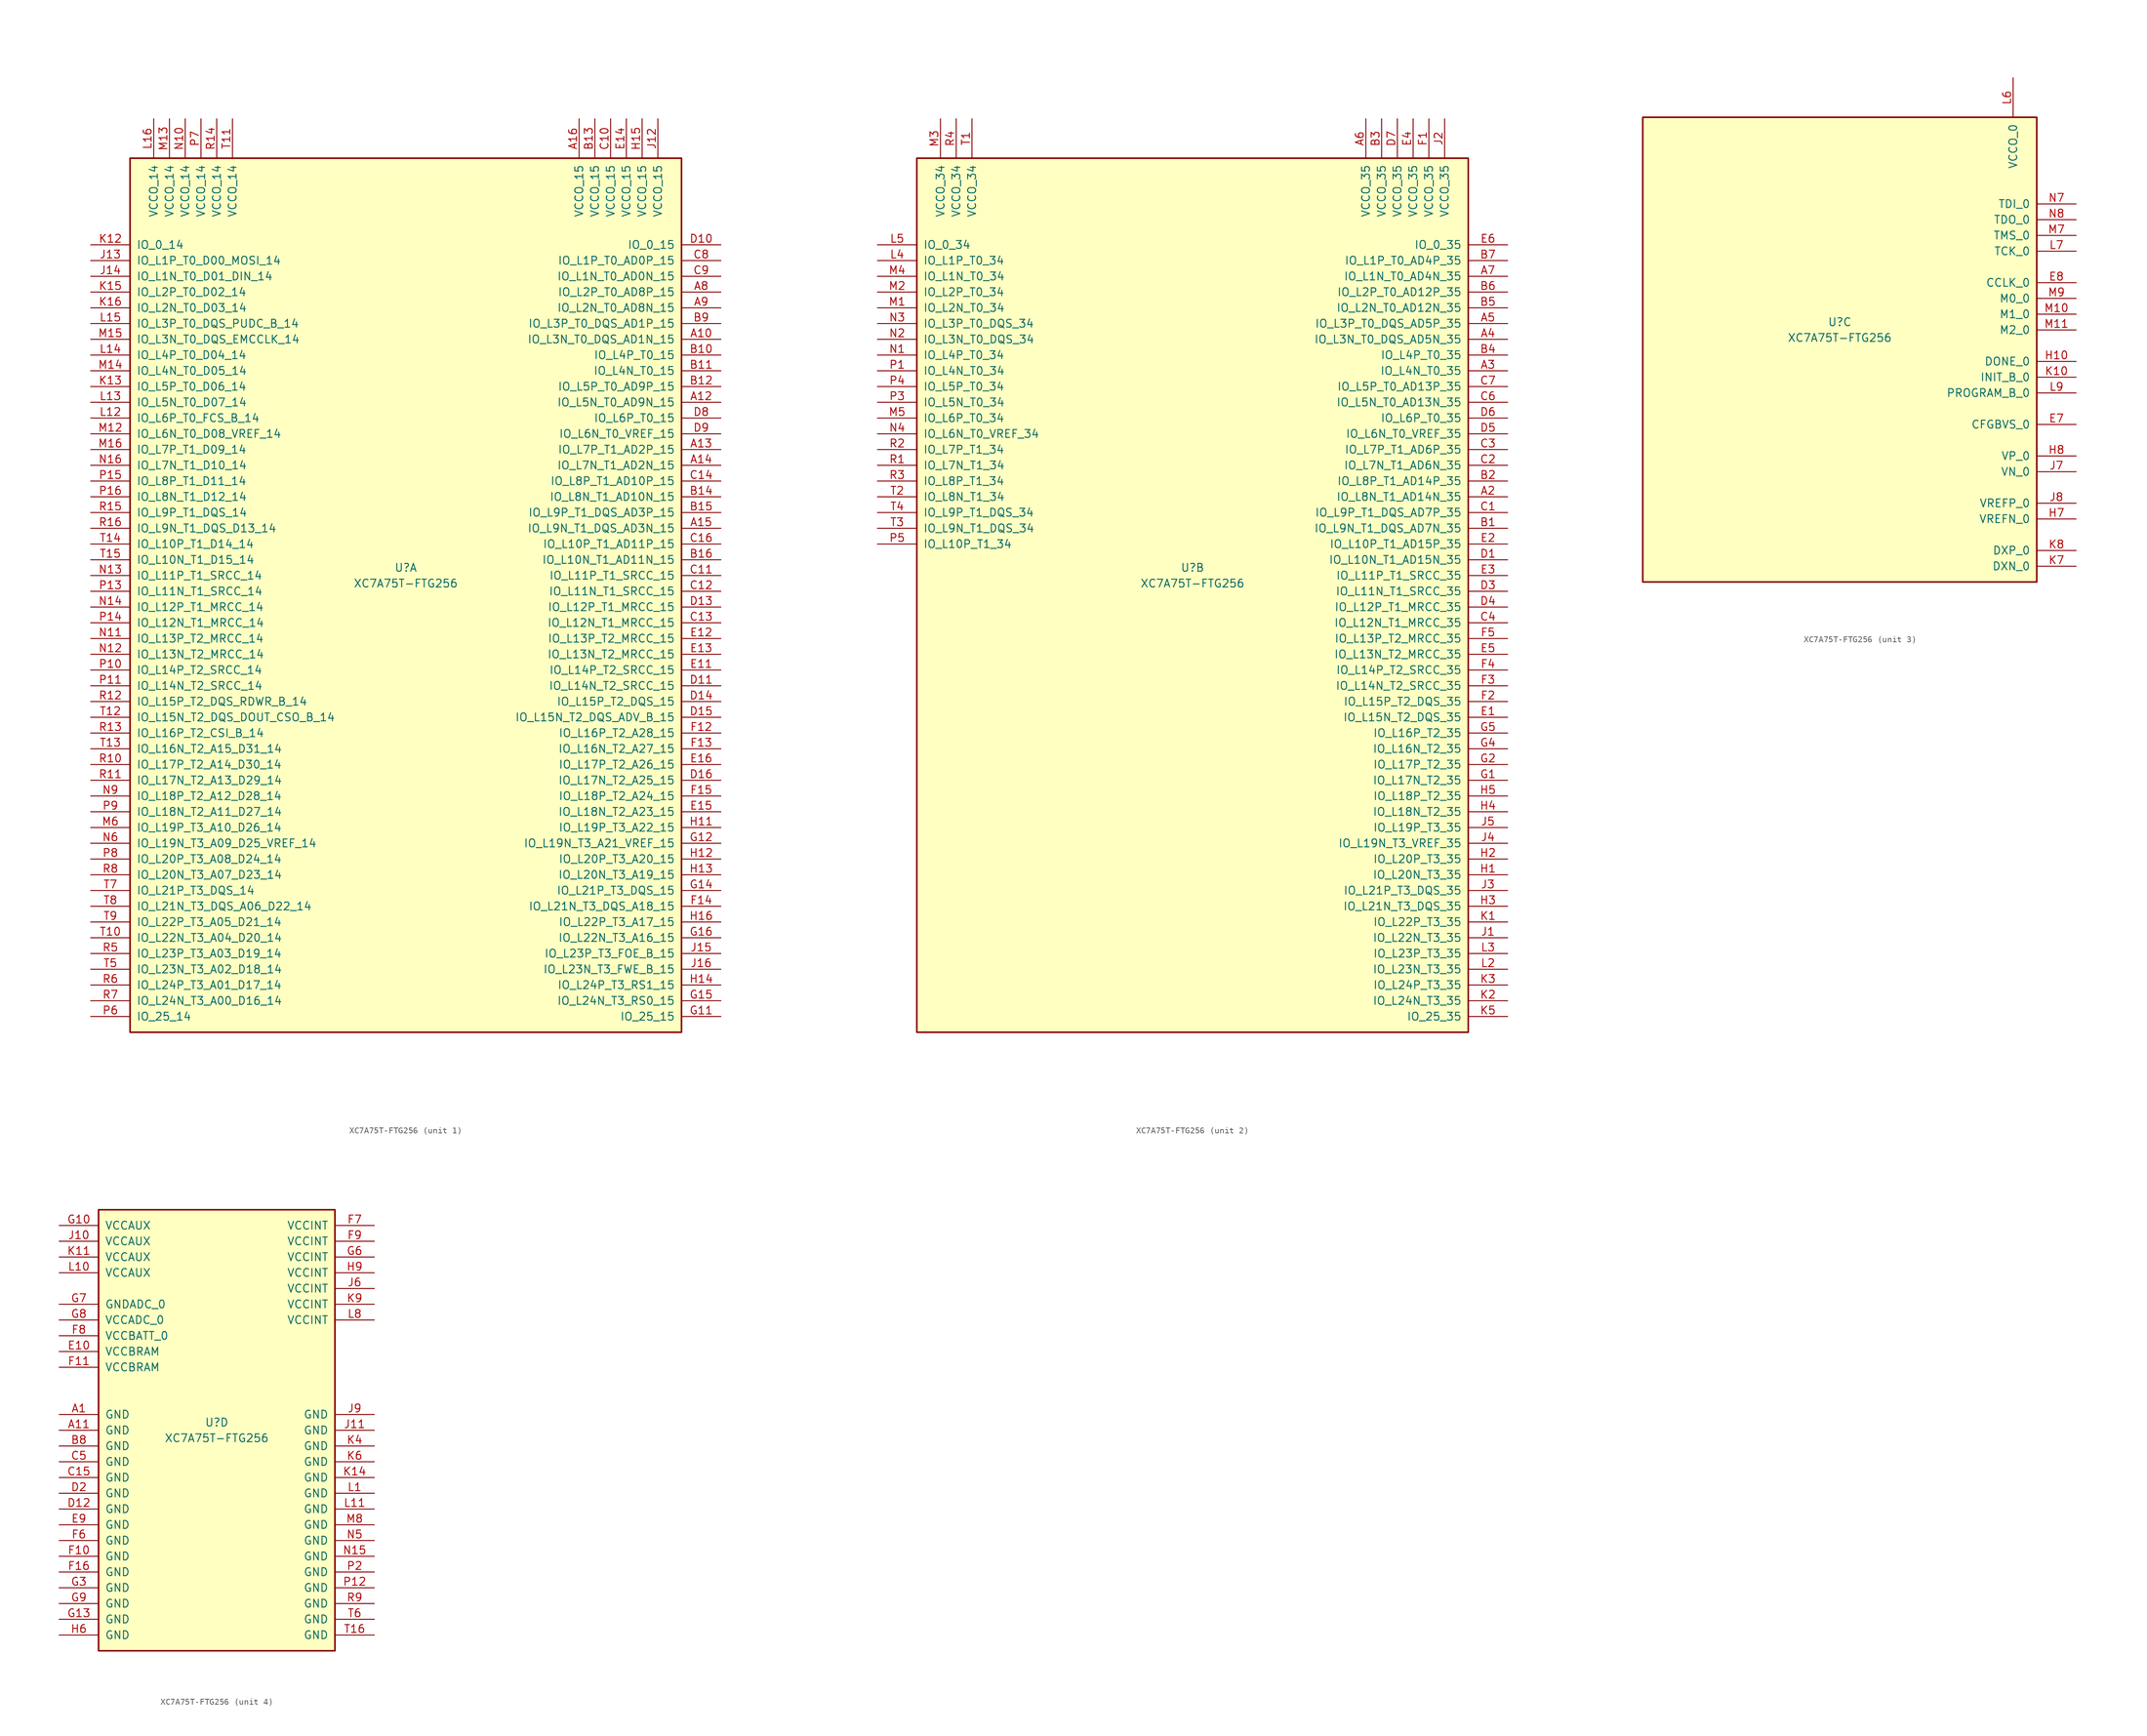
<source format=kicad_sym>
(kicad_symbol_lib
  (version 20241209)
  (generator "kicad_symbol_editor")
  (generator_version "9.0")
  (symbol "XC7A75T-FTG256"
    (pin_names
      (offset 1.016))
    (property "Reference" "U"
      (at 0 1.27 0)
      (effects (font (size 1.27 1.27))))
    (property "Value" "XC7A75T-FTG256"
      (at 0 -1.27 0)
      (effects (font (size 1.27 1.27))))
    (property "Datasheet" ""
      (at 0 0 0)
      (effects (font (size 1.27 1.27))))
    (property "ki_locked" ""
      (at 0 0 0)
      (effects (font (size 1.27 1.27))))
    (symbol "XC7A75T-FTG256_1_1"
      (rectangle (start -44.45 67.31) (end 44.45 -73.66) (stroke (width 0.254) (type default)) (fill (type background)))
      (pin bidirectional line (at -50.8 53.34 0) (length 6.35) (name "IO_0_14" (effects (font (size 1.27 1.27)))) (number "K12" (effects (font (size 1.27 1.27)))))
      (pin bidirectional line (at -50.8 50.8 0) (length 6.35) (name "IO_L1P_T0_D00_MOSI_14" (effects (font (size 1.27 1.27)))) (number "J13" (effects (font (size 1.27 1.27)))))
      (pin bidirectional line (at -50.8 48.26 0) (length 6.35) (name "IO_L1N_T0_D01_DIN_14" (effects (font (size 1.27 1.27)))) (number "J14" (effects (font (size 1.27 1.27)))))
      (pin bidirectional line (at -50.8 45.72 0) (length 6.35) (name "IO_L2P_T0_D02_14" (effects (font (size 1.27 1.27)))) (number "K15" (effects (font (size 1.27 1.27)))))
      (pin bidirectional line (at -50.8 43.18 0) (length 6.35) (name "IO_L2N_T0_D03_14" (effects (font (size 1.27 1.27)))) (number "K16" (effects (font (size 1.27 1.27)))))
      (pin bidirectional line (at -50.8 40.64 0) (length 6.35) (name "IO_L3P_T0_DQS_PUDC_B_14" (effects (font (size 1.27 1.27)))) (number "L15" (effects (font (size 1.27 1.27)))))
      (pin bidirectional line (at -50.8 38.1 0) (length 6.35) (name "IO_L3N_T0_DQS_EMCCLK_14" (effects (font (size 1.27 1.27)))) (number "M15" (effects (font (size 1.27 1.27)))))
      (pin bidirectional line (at -50.8 35.56 0) (length 6.35) (name "IO_L4P_T0_D04_14" (effects (font (size 1.27 1.27)))) (number "L14" (effects (font (size 1.27 1.27)))))
      (pin bidirectional line (at -50.8 33.02 0) (length 6.35) (name "IO_L4N_T0_D05_14" (effects (font (size 1.27 1.27)))) (number "M14" (effects (font (size 1.27 1.27)))))
      (pin bidirectional line (at -50.8 30.48 0) (length 6.35) (name "IO_L5P_T0_D06_14" (effects (font (size 1.27 1.27)))) (number "K13" (effects (font (size 1.27 1.27)))))
      (pin bidirectional line (at -50.8 27.94 0) (length 6.35) (name "IO_L5N_T0_D07_14" (effects (font (size 1.27 1.27)))) (number "L13" (effects (font (size 1.27 1.27)))))
      (pin bidirectional line (at -50.8 25.4 0) (length 6.35) (name "IO_L6P_T0_FCS_B_14" (effects (font (size 1.27 1.27)))) (number "L12" (effects (font (size 1.27 1.27)))))
      (pin bidirectional line (at -50.8 22.86 0) (length 6.35) (name "IO_L6N_T0_D08_VREF_14" (effects (font (size 1.27 1.27)))) (number "M12" (effects (font (size 1.27 1.27)))))
      (pin bidirectional line (at -50.8 20.32 0) (length 6.35) (name "IO_L7P_T1_D09_14" (effects (font (size 1.27 1.27)))) (number "M16" (effects (font (size 1.27 1.27)))))
      (pin bidirectional line (at -50.8 17.78 0) (length 6.35) (name "IO_L7N_T1_D10_14" (effects (font (size 1.27 1.27)))) (number "N16" (effects (font (size 1.27 1.27)))))
      (pin bidirectional line (at -50.8 15.24 0) (length 6.35) (name "IO_L8P_T1_D11_14" (effects (font (size 1.27 1.27)))) (number "P15" (effects (font (size 1.27 1.27)))))
      (pin bidirectional line (at -50.8 12.7 0) (length 6.35) (name "IO_L8N_T1_D12_14" (effects (font (size 1.27 1.27)))) (number "P16" (effects (font (size 1.27 1.27)))))
      (pin bidirectional line (at -50.8 10.16 0) (length 6.35) (name "IO_L9P_T1_DQS_14" (effects (font (size 1.27 1.27)))) (number "R15" (effects (font (size 1.27 1.27)))))
      (pin bidirectional line (at -50.8 7.62 0) (length 6.35) (name "IO_L9N_T1_DQS_D13_14" (effects (font (size 1.27 1.27)))) (number "R16" (effects (font (size 1.27 1.27)))))
      (pin bidirectional line (at -50.8 5.08 0) (length 6.35) (name "IO_L10P_T1_D14_14" (effects (font (size 1.27 1.27)))) (number "T14" (effects (font (size 1.27 1.27)))))
      (pin bidirectional line (at -50.8 2.54 0) (length 6.35) (name "IO_L10N_T1_D15_14" (effects (font (size 1.27 1.27)))) (number "T15" (effects (font (size 1.27 1.27)))))
      (pin bidirectional line (at -50.8 0 0) (length 6.35) (name "IO_L11P_T1_SRCC_14" (effects (font (size 1.27 1.27)))) (number "N13" (effects (font (size 1.27 1.27)))))
      (pin bidirectional line (at -50.8 -2.54 0) (length 6.35) (name "IO_L11N_T1_SRCC_14" (effects (font (size 1.27 1.27)))) (number "P13" (effects (font (size 1.27 1.27)))))
      (pin bidirectional line (at -50.8 -5.08 0) (length 6.35) (name "IO_L12P_T1_MRCC_14" (effects (font (size 1.27 1.27)))) (number "N14" (effects (font (size 1.27 1.27)))))
      (pin bidirectional line (at -50.8 -7.62 0) (length 6.35) (name "IO_L12N_T1_MRCC_14" (effects (font (size 1.27 1.27)))) (number "P14" (effects (font (size 1.27 1.27)))))
      (pin bidirectional line (at -50.8 -10.16 0) (length 6.35) (name "IO_L13P_T2_MRCC_14" (effects (font (size 1.27 1.27)))) (number "N11" (effects (font (size 1.27 1.27)))))
      (pin bidirectional line (at -50.8 -12.7 0) (length 6.35) (name "IO_L13N_T2_MRCC_14" (effects (font (size 1.27 1.27)))) (number "N12" (effects (font (size 1.27 1.27)))))
      (pin bidirectional line (at -50.8 -15.24 0) (length 6.35) (name "IO_L14P_T2_SRCC_14" (effects (font (size 1.27 1.27)))) (number "P10" (effects (font (size 1.27 1.27)))))
      (pin bidirectional line (at -50.8 -17.78 0) (length 6.35) (name "IO_L14N_T2_SRCC_14" (effects (font (size 1.27 1.27)))) (number "P11" (effects (font (size 1.27 1.27)))))
      (pin bidirectional line (at -50.8 -20.32 0) (length 6.35) (name "IO_L15P_T2_DQS_RDWR_B_14" (effects (font (size 1.27 1.27)))) (number "R12" (effects (font (size 1.27 1.27)))))
      (pin bidirectional line (at -50.8 -22.86 0) (length 6.35) (name "IO_L15N_T2_DQS_DOUT_CSO_B_14" (effects (font (size 1.27 1.27)))) (number "T12" (effects (font (size 1.27 1.27)))))
      (pin bidirectional line (at -50.8 -25.4 0) (length 6.35) (name "IO_L16P_T2_CSI_B_14" (effects (font (size 1.27 1.27)))) (number "R13" (effects (font (size 1.27 1.27)))))
      (pin bidirectional line (at -50.8 -27.94 0) (length 6.35) (name "IO_L16N_T2_A15_D31_14" (effects (font (size 1.27 1.27)))) (number "T13" (effects (font (size 1.27 1.27)))))
      (pin bidirectional line (at -50.8 -30.48 0) (length 6.35) (name "IO_L17P_T2_A14_D30_14" (effects (font (size 1.27 1.27)))) (number "R10" (effects (font (size 1.27 1.27)))))
      (pin bidirectional line (at -50.8 -33.02 0) (length 6.35) (name "IO_L17N_T2_A13_D29_14" (effects (font (size 1.27 1.27)))) (number "R11" (effects (font (size 1.27 1.27)))))
      (pin bidirectional line (at -50.8 -35.56 0) (length 6.35) (name "IO_L18P_T2_A12_D28_14" (effects (font (size 1.27 1.27)))) (number "N9" (effects (font (size 1.27 1.27)))))
      (pin bidirectional line (at -50.8 -38.1 0) (length 6.35) (name "IO_L18N_T2_A11_D27_14" (effects (font (size 1.27 1.27)))) (number "P9" (effects (font (size 1.27 1.27)))))
      (pin bidirectional line (at -50.8 -40.64 0) (length 6.35) (name "IO_L19P_T3_A10_D26_14" (effects (font (size 1.27 1.27)))) (number "M6" (effects (font (size 1.27 1.27)))))
      (pin bidirectional line (at -50.8 -43.18 0) (length 6.35) (name "IO_L19N_T3_A09_D25_VREF_14" (effects (font (size 1.27 1.27)))) (number "N6" (effects (font (size 1.27 1.27)))))
      (pin bidirectional line (at -50.8 -45.72 0) (length 6.35) (name "IO_L20P_T3_A08_D24_14" (effects (font (size 1.27 1.27)))) (number "P8" (effects (font (size 1.27 1.27)))))
      (pin bidirectional line (at -50.8 -48.26 0) (length 6.35) (name "IO_L20N_T3_A07_D23_14" (effects (font (size 1.27 1.27)))) (number "R8" (effects (font (size 1.27 1.27)))))
      (pin bidirectional line (at -50.8 -50.8 0) (length 6.35) (name "IO_L21P_T3_DQS_14" (effects (font (size 1.27 1.27)))) (number "T7" (effects (font (size 1.27 1.27)))))
      (pin bidirectional line (at -50.8 -53.34 0) (length 6.35) (name "IO_L21N_T3_DQS_A06_D22_14" (effects (font (size 1.27 1.27)))) (number "T8" (effects (font (size 1.27 1.27)))))
      (pin bidirectional line (at -50.8 -55.88 0) (length 6.35) (name "IO_L22P_T3_A05_D21_14" (effects (font (size 1.27 1.27)))) (number "T9" (effects (font (size 1.27 1.27)))))
      (pin bidirectional line (at -50.8 -58.42 0) (length 6.35) (name "IO_L22N_T3_A04_D20_14" (effects (font (size 1.27 1.27)))) (number "T10" (effects (font (size 1.27 1.27)))))
      (pin bidirectional line (at -50.8 -60.96 0) (length 6.35) (name "IO_L23P_T3_A03_D19_14" (effects (font (size 1.27 1.27)))) (number "R5" (effects (font (size 1.27 1.27)))))
      (pin bidirectional line (at -50.8 -63.5 0) (length 6.35) (name "IO_L23N_T3_A02_D18_14" (effects (font (size 1.27 1.27)))) (number "T5" (effects (font (size 1.27 1.27)))))
      (pin bidirectional line (at -50.8 -66.04 0) (length 6.35) (name "IO_L24P_T3_A01_D17_14" (effects (font (size 1.27 1.27)))) (number "R6" (effects (font (size 1.27 1.27)))))
      (pin bidirectional line (at -50.8 -68.58 0) (length 6.35) (name "IO_L24N_T3_A00_D16_14" (effects (font (size 1.27 1.27)))) (number "R7" (effects (font (size 1.27 1.27)))))
      (pin bidirectional line (at -50.8 -71.12 0) (length 6.35) (name "IO_25_14" (effects (font (size 1.27 1.27)))) (number "P6" (effects (font (size 1.27 1.27)))))
      (pin power_in line (at -40.64 73.66 270) (length 6.35) (name "VCCO_14" (effects (font (size 1.27 1.27)))) (number "L16" (effects (font (size 1.27 1.27)))))
      (pin power_in line (at -38.1 73.66 270) (length 6.35) (name "VCCO_14" (effects (font (size 1.27 1.27)))) (number "M13" (effects (font (size 1.27 1.27)))))
      (pin power_in line (at -35.56 73.66 270) (length 6.35) (name "VCCO_14" (effects (font (size 1.27 1.27)))) (number "N10" (effects (font (size 1.27 1.27)))))
      (pin power_in line (at -33.02 73.66 270) (length 6.35) (name "VCCO_14" (effects (font (size 1.27 1.27)))) (number "P7" (effects (font (size 1.27 1.27)))))
      (pin power_in line (at -30.48 73.66 270) (length 6.35) (name "VCCO_14" (effects (font (size 1.27 1.27)))) (number "R14" (effects (font (size 1.27 1.27)))))
      (pin power_in line (at -27.94 73.66 270) (length 6.35) (name "VCCO_14" (effects (font (size 1.27 1.27)))) (number "T11" (effects (font (size 1.27 1.27)))))
      (pin power_in line (at 27.94 73.66 270) (length 6.35) (name "VCCO_15" (effects (font (size 1.27 1.27)))) (number "A16" (effects (font (size 1.27 1.27)))))
      (pin power_in line (at 30.48 73.66 270) (length 6.35) (name "VCCO_15" (effects (font (size 1.27 1.27)))) (number "B13" (effects (font (size 1.27 1.27)))))
      (pin power_in line (at 33.02 73.66 270) (length 6.35) (name "VCCO_15" (effects (font (size 1.27 1.27)))) (number "C10" (effects (font (size 1.27 1.27)))))
      (pin power_in line (at 35.56 73.66 270) (length 6.35) (name "VCCO_15" (effects (font (size 1.27 1.27)))) (number "E14" (effects (font (size 1.27 1.27)))))
      (pin power_in line (at 38.1 73.66 270) (length 6.35) (name "VCCO_15" (effects (font (size 1.27 1.27)))) (number "H15" (effects (font (size 1.27 1.27)))))
      (pin power_in line (at 40.64 73.66 270) (length 6.35) (name "VCCO_15" (effects (font (size 1.27 1.27)))) (number "J12" (effects (font (size 1.27 1.27)))))
      (pin bidirectional line (at 50.8 53.34 180) (length 6.35) (name "IO_0_15" (effects (font (size 1.27 1.27)))) (number "D10" (effects (font (size 1.27 1.27)))))
      (pin bidirectional line (at 50.8 50.8 180) (length 6.35) (name "IO_L1P_T0_AD0P_15" (effects (font (size 1.27 1.27)))) (number "C8" (effects (font (size 1.27 1.27)))))
      (pin bidirectional line (at 50.8 48.26 180) (length 6.35) (name "IO_L1N_T0_AD0N_15" (effects (font (size 1.27 1.27)))) (number "C9" (effects (font (size 1.27 1.27)))))
      (pin bidirectional line (at 50.8 45.72 180) (length 6.35) (name "IO_L2P_T0_AD8P_15" (effects (font (size 1.27 1.27)))) (number "A8" (effects (font (size 1.27 1.27)))))
      (pin bidirectional line (at 50.8 43.18 180) (length 6.35) (name "IO_L2N_T0_AD8N_15" (effects (font (size 1.27 1.27)))) (number "A9" (effects (font (size 1.27 1.27)))))
      (pin bidirectional line (at 50.8 40.64 180) (length 6.35) (name "IO_L3P_T0_DQS_AD1P_15" (effects (font (size 1.27 1.27)))) (number "B9" (effects (font (size 1.27 1.27)))))
      (pin bidirectional line (at 50.8 38.1 180) (length 6.35) (name "IO_L3N_T0_DQS_AD1N_15" (effects (font (size 1.27 1.27)))) (number "A10" (effects (font (size 1.27 1.27)))))
      (pin bidirectional line (at 50.8 35.56 180) (length 6.35) (name "IO_L4P_T0_15" (effects (font (size 1.27 1.27)))) (number "B10" (effects (font (size 1.27 1.27)))))
      (pin bidirectional line (at 50.8 33.02 180) (length 6.35) (name "IO_L4N_T0_15" (effects (font (size 1.27 1.27)))) (number "B11" (effects (font (size 1.27 1.27)))))
      (pin bidirectional line (at 50.8 30.48 180) (length 6.35) (name "IO_L5P_T0_AD9P_15" (effects (font (size 1.27 1.27)))) (number "B12" (effects (font (size 1.27 1.27)))))
      (pin bidirectional line (at 50.8 27.94 180) (length 6.35) (name "IO_L5N_T0_AD9N_15" (effects (font (size 1.27 1.27)))) (number "A12" (effects (font (size 1.27 1.27)))))
      (pin bidirectional line (at 50.8 25.4 180) (length 6.35) (name "IO_L6P_T0_15" (effects (font (size 1.27 1.27)))) (number "D8" (effects (font (size 1.27 1.27)))))
      (pin bidirectional line (at 50.8 22.86 180) (length 6.35) (name "IO_L6N_T0_VREF_15" (effects (font (size 1.27 1.27)))) (number "D9" (effects (font (size 1.27 1.27)))))
      (pin bidirectional line (at 50.8 20.32 180) (length 6.35) (name "IO_L7P_T1_AD2P_15" (effects (font (size 1.27 1.27)))) (number "A13" (effects (font (size 1.27 1.27)))))
      (pin bidirectional line (at 50.8 17.78 180) (length 6.35) (name "IO_L7N_T1_AD2N_15" (effects (font (size 1.27 1.27)))) (number "A14" (effects (font (size 1.27 1.27)))))
      (pin bidirectional line (at 50.8 15.24 180) (length 6.35) (name "IO_L8P_T1_AD10P_15" (effects (font (size 1.27 1.27)))) (number "C14" (effects (font (size 1.27 1.27)))))
      (pin bidirectional line (at 50.8 12.7 180) (length 6.35) (name "IO_L8N_T1_AD10N_15" (effects (font (size 1.27 1.27)))) (number "B14" (effects (font (size 1.27 1.27)))))
      (pin bidirectional line (at 50.8 10.16 180) (length 6.35) (name "IO_L9P_T1_DQS_AD3P_15" (effects (font (size 1.27 1.27)))) (number "B15" (effects (font (size 1.27 1.27)))))
      (pin bidirectional line (at 50.8 7.62 180) (length 6.35) (name "IO_L9N_T1_DQS_AD3N_15" (effects (font (size 1.27 1.27)))) (number "A15" (effects (font (size 1.27 1.27)))))
      (pin bidirectional line (at 50.8 5.08 180) (length 6.35) (name "IO_L10P_T1_AD11P_15" (effects (font (size 1.27 1.27)))) (number "C16" (effects (font (size 1.27 1.27)))))
      (pin bidirectional line (at 50.8 2.54 180) (length 6.35) (name "IO_L10N_T1_AD11N_15" (effects (font (size 1.27 1.27)))) (number "B16" (effects (font (size 1.27 1.27)))))
      (pin bidirectional line (at 50.8 0 180) (length 6.35) (name "IO_L11P_T1_SRCC_15" (effects (font (size 1.27 1.27)))) (number "C11" (effects (font (size 1.27 1.27)))))
      (pin bidirectional line (at 50.8 -2.54 180) (length 6.35) (name "IO_L11N_T1_SRCC_15" (effects (font (size 1.27 1.27)))) (number "C12" (effects (font (size 1.27 1.27)))))
      (pin bidirectional line (at 50.8 -5.08 180) (length 6.35) (name "IO_L12P_T1_MRCC_15" (effects (font (size 1.27 1.27)))) (number "D13" (effects (font (size 1.27 1.27)))))
      (pin bidirectional line (at 50.8 -7.62 180) (length 6.35) (name "IO_L12N_T1_MRCC_15" (effects (font (size 1.27 1.27)))) (number "C13" (effects (font (size 1.27 1.27)))))
      (pin bidirectional line (at 50.8 -10.16 180) (length 6.35) (name "IO_L13P_T2_MRCC_15" (effects (font (size 1.27 1.27)))) (number "E12" (effects (font (size 1.27 1.27)))))
      (pin bidirectional line (at 50.8 -12.7 180) (length 6.35) (name "IO_L13N_T2_MRCC_15" (effects (font (size 1.27 1.27)))) (number "E13" (effects (font (size 1.27 1.27)))))
      (pin bidirectional line (at 50.8 -15.24 180) (length 6.35) (name "IO_L14P_T2_SRCC_15" (effects (font (size 1.27 1.27)))) (number "E11" (effects (font (size 1.27 1.27)))))
      (pin bidirectional line (at 50.8 -17.78 180) (length 6.35) (name "IO_L14N_T2_SRCC_15" (effects (font (size 1.27 1.27)))) (number "D11" (effects (font (size 1.27 1.27)))))
      (pin bidirectional line (at 50.8 -20.32 180) (length 6.35) (name "IO_L15P_T2_DQS_15" (effects (font (size 1.27 1.27)))) (number "D14" (effects (font (size 1.27 1.27)))))
      (pin bidirectional line (at 50.8 -22.86 180) (length 6.35) (name "IO_L15N_T2_DQS_ADV_B_15" (effects (font (size 1.27 1.27)))) (number "D15" (effects (font (size 1.27 1.27)))))
      (pin bidirectional line (at 50.8 -25.4 180) (length 6.35) (name "IO_L16P_T2_A28_15" (effects (font (size 1.27 1.27)))) (number "F12" (effects (font (size 1.27 1.27)))))
      (pin bidirectional line (at 50.8 -27.94 180) (length 6.35) (name "IO_L16N_T2_A27_15" (effects (font (size 1.27 1.27)))) (number "F13" (effects (font (size 1.27 1.27)))))
      (pin bidirectional line (at 50.8 -30.48 180) (length 6.35) (name "IO_L17P_T2_A26_15" (effects (font (size 1.27 1.27)))) (number "E16" (effects (font (size 1.27 1.27)))))
      (pin bidirectional line (at 50.8 -33.02 180) (length 6.35) (name "IO_L17N_T2_A25_15" (effects (font (size 1.27 1.27)))) (number "D16" (effects (font (size 1.27 1.27)))))
      (pin bidirectional line (at 50.8 -35.56 180) (length 6.35) (name "IO_L18P_T2_A24_15" (effects (font (size 1.27 1.27)))) (number "F15" (effects (font (size 1.27 1.27)))))
      (pin bidirectional line (at 50.8 -38.1 180) (length 6.35) (name "IO_L18N_T2_A23_15" (effects (font (size 1.27 1.27)))) (number "E15" (effects (font (size 1.27 1.27)))))
      (pin bidirectional line (at 50.8 -40.64 180) (length 6.35) (name "IO_L19P_T3_A22_15" (effects (font (size 1.27 1.27)))) (number "H11" (effects (font (size 1.27 1.27)))))
      (pin bidirectional line (at 50.8 -43.18 180) (length 6.35) (name "IO_L19N_T3_A21_VREF_15" (effects (font (size 1.27 1.27)))) (number "G12" (effects (font (size 1.27 1.27)))))
      (pin bidirectional line (at 50.8 -45.72 180) (length 6.35) (name "IO_L20P_T3_A20_15" (effects (font (size 1.27 1.27)))) (number "H12" (effects (font (size 1.27 1.27)))))
      (pin bidirectional line (at 50.8 -48.26 180) (length 6.35) (name "IO_L20N_T3_A19_15" (effects (font (size 1.27 1.27)))) (number "H13" (effects (font (size 1.27 1.27)))))
      (pin bidirectional line (at 50.8 -50.8 180) (length 6.35) (name "IO_L21P_T3_DQS_15" (effects (font (size 1.27 1.27)))) (number "G14" (effects (font (size 1.27 1.27)))))
      (pin bidirectional line (at 50.8 -53.34 180) (length 6.35) (name "IO_L21N_T3_DQS_A18_15" (effects (font (size 1.27 1.27)))) (number "F14" (effects (font (size 1.27 1.27)))))
      (pin bidirectional line (at 50.8 -55.88 180) (length 6.35) (name "IO_L22P_T3_A17_15" (effects (font (size 1.27 1.27)))) (number "H16" (effects (font (size 1.27 1.27)))))
      (pin bidirectional line (at 50.8 -58.42 180) (length 6.35) (name "IO_L22N_T3_A16_15" (effects (font (size 1.27 1.27)))) (number "G16" (effects (font (size 1.27 1.27)))))
      (pin bidirectional line (at 50.8 -60.96 180) (length 6.35) (name "IO_L23P_T3_FOE_B_15" (effects (font (size 1.27 1.27)))) (number "J15" (effects (font (size 1.27 1.27)))))
      (pin bidirectional line (at 50.8 -63.5 180) (length 6.35) (name "IO_L23N_T3_FWE_B_15" (effects (font (size 1.27 1.27)))) (number "J16" (effects (font (size 1.27 1.27)))))
      (pin bidirectional line (at 50.8 -66.04 180) (length 6.35) (name "IO_L24P_T3_RS1_15" (effects (font (size 1.27 1.27)))) (number "H14" (effects (font (size 1.27 1.27)))))
      (pin bidirectional line (at 50.8 -68.58 180) (length 6.35) (name "IO_L24N_T3_RS0_15" (effects (font (size 1.27 1.27)))) (number "G15" (effects (font (size 1.27 1.27)))))
      (pin bidirectional line (at 50.8 -71.12 180) (length 6.35) (name "IO_25_15" (effects (font (size 1.27 1.27)))) (number "G11" (effects (font (size 1.27 1.27))))))
    (symbol "XC7A75T-FTG256_2_1"
      (rectangle (start -44.45 67.31) (end 44.45 -73.66) (stroke (width 0.254) (type default)) (fill (type background)))
      (pin bidirectional line (at -50.8 53.34 0) (length 6.35) (name "IO_0_34" (effects (font (size 1.27 1.27)))) (number "L5" (effects (font (size 1.27 1.27)))))
      (pin bidirectional line (at -50.8 50.8 0) (length 6.35) (name "IO_L1P_T0_34" (effects (font (size 1.27 1.27)))) (number "L4" (effects (font (size 1.27 1.27)))))
      (pin bidirectional line (at -50.8 48.26 0) (length 6.35) (name "IO_L1N_T0_34" (effects (font (size 1.27 1.27)))) (number "M4" (effects (font (size 1.27 1.27)))))
      (pin bidirectional line (at -50.8 45.72 0) (length 6.35) (name "IO_L2P_T0_34" (effects (font (size 1.27 1.27)))) (number "M2" (effects (font (size 1.27 1.27)))))
      (pin bidirectional line (at -50.8 43.18 0) (length 6.35) (name "IO_L2N_T0_34" (effects (font (size 1.27 1.27)))) (number "M1" (effects (font (size 1.27 1.27)))))
      (pin bidirectional line (at -50.8 40.64 0) (length 6.35) (name "IO_L3P_T0_DQS_34" (effects (font (size 1.27 1.27)))) (number "N3" (effects (font (size 1.27 1.27)))))
      (pin bidirectional line (at -50.8 38.1 0) (length 6.35) (name "IO_L3N_T0_DQS_34" (effects (font (size 1.27 1.27)))) (number "N2" (effects (font (size 1.27 1.27)))))
      (pin bidirectional line (at -50.8 35.56 0) (length 6.35) (name "IO_L4P_T0_34" (effects (font (size 1.27 1.27)))) (number "N1" (effects (font (size 1.27 1.27)))))
      (pin bidirectional line (at -50.8 33.02 0) (length 6.35) (name "IO_L4N_T0_34" (effects (font (size 1.27 1.27)))) (number "P1" (effects (font (size 1.27 1.27)))))
      (pin bidirectional line (at -50.8 30.48 0) (length 6.35) (name "IO_L5P_T0_34" (effects (font (size 1.27 1.27)))) (number "P4" (effects (font (size 1.27 1.27)))))
      (pin bidirectional line (at -50.8 27.94 0) (length 6.35) (name "IO_L5N_T0_34" (effects (font (size 1.27 1.27)))) (number "P3" (effects (font (size 1.27 1.27)))))
      (pin bidirectional line (at -50.8 25.4 0) (length 6.35) (name "IO_L6P_T0_34" (effects (font (size 1.27 1.27)))) (number "M5" (effects (font (size 1.27 1.27)))))
      (pin bidirectional line (at -50.8 22.86 0) (length 6.35) (name "IO_L6N_T0_VREF_34" (effects (font (size 1.27 1.27)))) (number "N4" (effects (font (size 1.27 1.27)))))
      (pin bidirectional line (at -50.8 20.32 0) (length 6.35) (name "IO_L7P_T1_34" (effects (font (size 1.27 1.27)))) (number "R2" (effects (font (size 1.27 1.27)))))
      (pin bidirectional line (at -50.8 17.78 0) (length 6.35) (name "IO_L7N_T1_34" (effects (font (size 1.27 1.27)))) (number "R1" (effects (font (size 1.27 1.27)))))
      (pin bidirectional line (at -50.8 15.24 0) (length 6.35) (name "IO_L8P_T1_34" (effects (font (size 1.27 1.27)))) (number "R3" (effects (font (size 1.27 1.27)))))
      (pin bidirectional line (at -50.8 12.7 0) (length 6.35) (name "IO_L8N_T1_34" (effects (font (size 1.27 1.27)))) (number "T2" (effects (font (size 1.27 1.27)))))
      (pin bidirectional line (at -50.8 10.16 0) (length 6.35) (name "IO_L9P_T1_DQS_34" (effects (font (size 1.27 1.27)))) (number "T4" (effects (font (size 1.27 1.27)))))
      (pin bidirectional line (at -50.8 7.62 0) (length 6.35) (name "IO_L9N_T1_DQS_34" (effects (font (size 1.27 1.27)))) (number "T3" (effects (font (size 1.27 1.27)))))
      (pin bidirectional line (at -50.8 5.08 0) (length 6.35) (name "IO_L10P_T1_34" (effects (font (size 1.27 1.27)))) (number "P5" (effects (font (size 1.27 1.27)))))
      (pin power_in line (at -40.64 73.66 270) (length 6.35) (name "VCCO_34" (effects (font (size 1.27 1.27)))) (number "M3" (effects (font (size 1.27 1.27)))))
      (pin power_in line (at -38.1 73.66 270) (length 6.35) (name "VCCO_34" (effects (font (size 1.27 1.27)))) (number "R4" (effects (font (size 1.27 1.27)))))
      (pin power_in line (at -35.56 73.66 270) (length 6.35) (name "VCCO_34" (effects (font (size 1.27 1.27)))) (number "T1" (effects (font (size 1.27 1.27)))))
      (pin power_in line (at 27.94 73.66 270) (length 6.35) (name "VCCO_35" (effects (font (size 1.27 1.27)))) (number "A6" (effects (font (size 1.27 1.27)))))
      (pin power_in line (at 30.48 73.66 270) (length 6.35) (name "VCCO_35" (effects (font (size 1.27 1.27)))) (number "B3" (effects (font (size 1.27 1.27)))))
      (pin power_in line (at 33.02 73.66 270) (length 6.35) (name "VCCO_35" (effects (font (size 1.27 1.27)))) (number "D7" (effects (font (size 1.27 1.27)))))
      (pin power_in line (at 35.56 73.66 270) (length 6.35) (name "VCCO_35" (effects (font (size 1.27 1.27)))) (number "E4" (effects (font (size 1.27 1.27)))))
      (pin power_in line (at 38.1 73.66 270) (length 6.35) (name "VCCO_35" (effects (font (size 1.27 1.27)))) (number "F1" (effects (font (size 1.27 1.27)))))
      (pin power_in line (at 40.64 73.66 270) (length 6.35) (name "VCCO_35" (effects (font (size 1.27 1.27)))) (number "J2" (effects (font (size 1.27 1.27)))))
      (pin bidirectional line (at 50.8 53.34 180) (length 6.35) (name "IO_0_35" (effects (font (size 1.27 1.27)))) (number "E6" (effects (font (size 1.27 1.27)))))
      (pin bidirectional line (at 50.8 50.8 180) (length 6.35) (name "IO_L1P_T0_AD4P_35" (effects (font (size 1.27 1.27)))) (number "B7" (effects (font (size 1.27 1.27)))))
      (pin bidirectional line (at 50.8 48.26 180) (length 6.35) (name "IO_L1N_T0_AD4N_35" (effects (font (size 1.27 1.27)))) (number "A7" (effects (font (size 1.27 1.27)))))
      (pin bidirectional line (at 50.8 45.72 180) (length 6.35) (name "IO_L2P_T0_AD12P_35" (effects (font (size 1.27 1.27)))) (number "B6" (effects (font (size 1.27 1.27)))))
      (pin bidirectional line (at 50.8 43.18 180) (length 6.35) (name "IO_L2N_T0_AD12N_35" (effects (font (size 1.27 1.27)))) (number "B5" (effects (font (size 1.27 1.27)))))
      (pin bidirectional line (at 50.8 40.64 180) (length 6.35) (name "IO_L3P_T0_DQS_AD5P_35" (effects (font (size 1.27 1.27)))) (number "A5" (effects (font (size 1.27 1.27)))))
      (pin bidirectional line (at 50.8 38.1 180) (length 6.35) (name "IO_L3N_T0_DQS_AD5N_35" (effects (font (size 1.27 1.27)))) (number "A4" (effects (font (size 1.27 1.27)))))
      (pin bidirectional line (at 50.8 35.56 180) (length 6.35) (name "IO_L4P_T0_35" (effects (font (size 1.27 1.27)))) (number "B4" (effects (font (size 1.27 1.27)))))
      (pin bidirectional line (at 50.8 33.02 180) (length 6.35) (name "IO_L4N_T0_35" (effects (font (size 1.27 1.27)))) (number "A3" (effects (font (size 1.27 1.27)))))
      (pin bidirectional line (at 50.8 30.48 180) (length 6.35) (name "IO_L5P_T0_AD13P_35" (effects (font (size 1.27 1.27)))) (number "C7" (effects (font (size 1.27 1.27)))))
      (pin bidirectional line (at 50.8 27.94 180) (length 6.35) (name "IO_L5N_T0_AD13N_35" (effects (font (size 1.27 1.27)))) (number "C6" (effects (font (size 1.27 1.27)))))
      (pin bidirectional line (at 50.8 25.4 180) (length 6.35) (name "IO_L6P_T0_35" (effects (font (size 1.27 1.27)))) (number "D6" (effects (font (size 1.27 1.27)))))
      (pin bidirectional line (at 50.8 22.86 180) (length 6.35) (name "IO_L6N_T0_VREF_35" (effects (font (size 1.27 1.27)))) (number "D5" (effects (font (size 1.27 1.27)))))
      (pin bidirectional line (at 50.8 20.32 180) (length 6.35) (name "IO_L7P_T1_AD6P_35" (effects (font (size 1.27 1.27)))) (number "C3" (effects (font (size 1.27 1.27)))))
      (pin bidirectional line (at 50.8 17.78 180) (length 6.35) (name "IO_L7N_T1_AD6N_35" (effects (font (size 1.27 1.27)))) (number "C2" (effects (font (size 1.27 1.27)))))
      (pin bidirectional line (at 50.8 15.24 180) (length 6.35) (name "IO_L8P_T1_AD14P_35" (effects (font (size 1.27 1.27)))) (number "B2" (effects (font (size 1.27 1.27)))))
      (pin bidirectional line (at 50.8 12.7 180) (length 6.35) (name "IO_L8N_T1_AD14N_35" (effects (font (size 1.27 1.27)))) (number "A2" (effects (font (size 1.27 1.27)))))
      (pin bidirectional line (at 50.8 10.16 180) (length 6.35) (name "IO_L9P_T1_DQS_AD7P_35" (effects (font (size 1.27 1.27)))) (number "C1" (effects (font (size 1.27 1.27)))))
      (pin bidirectional line (at 50.8 7.62 180) (length 6.35) (name "IO_L9N_T1_DQS_AD7N_35" (effects (font (size 1.27 1.27)))) (number "B1" (effects (font (size 1.27 1.27)))))
      (pin bidirectional line (at 50.8 5.08 180) (length 6.35) (name "IO_L10P_T1_AD15P_35" (effects (font (size 1.27 1.27)))) (number "E2" (effects (font (size 1.27 1.27)))))
      (pin bidirectional line (at 50.8 2.54 180) (length 6.35) (name "IO_L10N_T1_AD15N_35" (effects (font (size 1.27 1.27)))) (number "D1" (effects (font (size 1.27 1.27)))))
      (pin bidirectional line (at 50.8 0 180) (length 6.35) (name "IO_L11P_T1_SRCC_35" (effects (font (size 1.27 1.27)))) (number "E3" (effects (font (size 1.27 1.27)))))
      (pin bidirectional line (at 50.8 -2.54 180) (length 6.35) (name "IO_L11N_T1_SRCC_35" (effects (font (size 1.27 1.27)))) (number "D3" (effects (font (size 1.27 1.27)))))
      (pin bidirectional line (at 50.8 -5.08 180) (length 6.35) (name "IO_L12P_T1_MRCC_35" (effects (font (size 1.27 1.27)))) (number "D4" (effects (font (size 1.27 1.27)))))
      (pin bidirectional line (at 50.8 -7.62 180) (length 6.35) (name "IO_L12N_T1_MRCC_35" (effects (font (size 1.27 1.27)))) (number "C4" (effects (font (size 1.27 1.27)))))
      (pin bidirectional line (at 50.8 -10.16 180) (length 6.35) (name "IO_L13P_T2_MRCC_35" (effects (font (size 1.27 1.27)))) (number "F5" (effects (font (size 1.27 1.27)))))
      (pin bidirectional line (at 50.8 -12.7 180) (length 6.35) (name "IO_L13N_T2_MRCC_35" (effects (font (size 1.27 1.27)))) (number "E5" (effects (font (size 1.27 1.27)))))
      (pin bidirectional line (at 50.8 -15.24 180) (length 6.35) (name "IO_L14P_T2_SRCC_35" (effects (font (size 1.27 1.27)))) (number "F4" (effects (font (size 1.27 1.27)))))
      (pin bidirectional line (at 50.8 -17.78 180) (length 6.35) (name "IO_L14N_T2_SRCC_35" (effects (font (size 1.27 1.27)))) (number "F3" (effects (font (size 1.27 1.27)))))
      (pin bidirectional line (at 50.8 -20.32 180) (length 6.35) (name "IO_L15P_T2_DQS_35" (effects (font (size 1.27 1.27)))) (number "F2" (effects (font (size 1.27 1.27)))))
      (pin bidirectional line (at 50.8 -22.86 180) (length 6.35) (name "IO_L15N_T2_DQS_35" (effects (font (size 1.27 1.27)))) (number "E1" (effects (font (size 1.27 1.27)))))
      (pin bidirectional line (at 50.8 -25.4 180) (length 6.35) (name "IO_L16P_T2_35" (effects (font (size 1.27 1.27)))) (number "G5" (effects (font (size 1.27 1.27)))))
      (pin bidirectional line (at 50.8 -27.94 180) (length 6.35) (name "IO_L16N_T2_35" (effects (font (size 1.27 1.27)))) (number "G4" (effects (font (size 1.27 1.27)))))
      (pin bidirectional line (at 50.8 -30.48 180) (length 6.35) (name "IO_L17P_T2_35" (effects (font (size 1.27 1.27)))) (number "G2" (effects (font (size 1.27 1.27)))))
      (pin bidirectional line (at 50.8 -33.02 180) (length 6.35) (name "IO_L17N_T2_35" (effects (font (size 1.27 1.27)))) (number "G1" (effects (font (size 1.27 1.27)))))
      (pin bidirectional line (at 50.8 -35.56 180) (length 6.35) (name "IO_L18P_T2_35" (effects (font (size 1.27 1.27)))) (number "H5" (effects (font (size 1.27 1.27)))))
      (pin bidirectional line (at 50.8 -38.1 180) (length 6.35) (name "IO_L18N_T2_35" (effects (font (size 1.27 1.27)))) (number "H4" (effects (font (size 1.27 1.27)))))
      (pin bidirectional line (at 50.8 -40.64 180) (length 6.35) (name "IO_L19P_T3_35" (effects (font (size 1.27 1.27)))) (number "J5" (effects (font (size 1.27 1.27)))))
      (pin bidirectional line (at 50.8 -43.18 180) (length 6.35) (name "IO_L19N_T3_VREF_35" (effects (font (size 1.27 1.27)))) (number "J4" (effects (font (size 1.27 1.27)))))
      (pin bidirectional line (at 50.8 -45.72 180) (length 6.35) (name "IO_L20P_T3_35" (effects (font (size 1.27 1.27)))) (number "H2" (effects (font (size 1.27 1.27)))))
      (pin bidirectional line (at 50.8 -48.26 180) (length 6.35) (name "IO_L20N_T3_35" (effects (font (size 1.27 1.27)))) (number "H1" (effects (font (size 1.27 1.27)))))
      (pin bidirectional line (at 50.8 -50.8 180) (length 6.35) (name "IO_L21P_T3_DQS_35" (effects (font (size 1.27 1.27)))) (number "J3" (effects (font (size 1.27 1.27)))))
      (pin bidirectional line (at 50.8 -53.34 180) (length 6.35) (name "IO_L21N_T3_DQS_35" (effects (font (size 1.27 1.27)))) (number "H3" (effects (font (size 1.27 1.27)))))
      (pin bidirectional line (at 50.8 -55.88 180) (length 6.35) (name "IO_L22P_T3_35" (effects (font (size 1.27 1.27)))) (number "K1" (effects (font (size 1.27 1.27)))))
      (pin bidirectional line (at 50.8 -58.42 180) (length 6.35) (name "IO_L22N_T3_35" (effects (font (size 1.27 1.27)))) (number "J1" (effects (font (size 1.27 1.27)))))
      (pin bidirectional line (at 50.8 -60.96 180) (length 6.35) (name "IO_L23P_T3_35" (effects (font (size 1.27 1.27)))) (number "L3" (effects (font (size 1.27 1.27)))))
      (pin bidirectional line (at 50.8 -63.5 180) (length 6.35) (name "IO_L23N_T3_35" (effects (font (size 1.27 1.27)))) (number "L2" (effects (font (size 1.27 1.27)))))
      (pin bidirectional line (at 50.8 -66.04 180) (length 6.35) (name "IO_L24P_T3_35" (effects (font (size 1.27 1.27)))) (number "K3" (effects (font (size 1.27 1.27)))))
      (pin bidirectional line (at 50.8 -68.58 180) (length 6.35) (name "IO_L24N_T3_35" (effects (font (size 1.27 1.27)))) (number "K2" (effects (font (size 1.27 1.27)))))
      (pin bidirectional line (at 50.8 -71.12 180) (length 6.35) (name "IO_25_35" (effects (font (size 1.27 1.27)))) (number "K5" (effects (font (size 1.27 1.27))))))
    (symbol "XC7A75T-FTG256_3_1"
      (rectangle (start -31.75 34.29) (end 31.75 -40.64) (stroke (width 0.254) (type default)) (fill (type background)))
      (pin power_in line (at 27.94 40.64 270) (length 6.35) (name "VCCO_0" (effects (font (size 1.27 1.27)))) (number "L6" (effects (font (size 1.27 1.27)))))
      (pin bidirectional line (at 38.1 20.32 180) (length 6.35) (name "TDI_0" (effects (font (size 1.27 1.27)))) (number "N7" (effects (font (size 1.27 1.27)))))
      (pin bidirectional line (at 38.1 17.78 180) (length 6.35) (name "TDO_0" (effects (font (size 1.27 1.27)))) (number "N8" (effects (font (size 1.27 1.27)))))
      (pin bidirectional line (at 38.1 15.24 180) (length 6.35) (name "TMS_0" (effects (font (size 1.27 1.27)))) (number "M7" (effects (font (size 1.27 1.27)))))
      (pin bidirectional line (at 38.1 12.7 180) (length 6.35) (name "TCK_0" (effects (font (size 1.27 1.27)))) (number "L7" (effects (font (size 1.27 1.27)))))
      (pin bidirectional line (at 38.1 7.62 180) (length 6.35) (name "CCLK_0" (effects (font (size 1.27 1.27)))) (number "E8" (effects (font (size 1.27 1.27)))))
      (pin bidirectional line (at 38.1 5.08 180) (length 6.35) (name "M0_0" (effects (font (size 1.27 1.27)))) (number "M9" (effects (font (size 1.27 1.27)))))
      (pin bidirectional line (at 38.1 2.54 180) (length 6.35) (name "M1_0" (effects (font (size 1.27 1.27)))) (number "M10" (effects (font (size 1.27 1.27)))))
      (pin bidirectional line (at 38.1 0 180) (length 6.35) (name "M2_0" (effects (font (size 1.27 1.27)))) (number "M11" (effects (font (size 1.27 1.27)))))
      (pin bidirectional line (at 38.1 -5.08 180) (length 6.35) (name "DONE_0" (effects (font (size 1.27 1.27)))) (number "H10" (effects (font (size 1.27 1.27)))))
      (pin bidirectional line (at 38.1 -7.62 180) (length 6.35) (name "INIT_B_0" (effects (font (size 1.27 1.27)))) (number "K10" (effects (font (size 1.27 1.27)))))
      (pin bidirectional line (at 38.1 -10.16 180) (length 6.35) (name "PROGRAM_B_0" (effects (font (size 1.27 1.27)))) (number "L9" (effects (font (size 1.27 1.27)))))
      (pin bidirectional line (at 38.1 -15.24 180) (length 6.35) (name "CFGBVS_0" (effects (font (size 1.27 1.27)))) (number "E7" (effects (font (size 1.27 1.27)))))
      (pin bidirectional line (at 38.1 -20.32 180) (length 6.35) (name "VP_0" (effects (font (size 1.27 1.27)))) (number "H8" (effects (font (size 1.27 1.27)))))
      (pin bidirectional line (at 38.1 -22.86 180) (length 6.35) (name "VN_0" (effects (font (size 1.27 1.27)))) (number "J7" (effects (font (size 1.27 1.27)))))
      (pin bidirectional line (at 38.1 -27.94 180) (length 6.35) (name "VREFP_0" (effects (font (size 1.27 1.27)))) (number "J8" (effects (font (size 1.27 1.27)))))
      (pin bidirectional line (at 38.1 -30.48 180) (length 6.35) (name "VREFN_0" (effects (font (size 1.27 1.27)))) (number "H7" (effects (font (size 1.27 1.27)))))
      (pin bidirectional line (at 38.1 -35.56 180) (length 6.35) (name "DXP_0" (effects (font (size 1.27 1.27)))) (number "K8" (effects (font (size 1.27 1.27)))))
      (pin bidirectional line (at 38.1 -38.1 180) (length 6.35) (name "DXN_0" (effects (font (size 1.27 1.27)))) (number "K7" (effects (font (size 1.27 1.27))))))
    (symbol "XC7A75T-FTG256_4_1"
      (rectangle (start -19.05 35.56) (end 19.05 -35.56) (stroke (width 0.254) (type default)) (fill (type background)))
      (pin power_in line (at -25.4 33.02 0) (length 6.35) (name "VCCAUX" (effects (font (size 1.27 1.27)))) (number "G10" (effects (font (size 1.27 1.27)))))
      (pin power_in line (at -25.4 30.48 0) (length 6.35) (name "VCCAUX" (effects (font (size 1.27 1.27)))) (number "J10" (effects (font (size 1.27 1.27)))))
      (pin power_in line (at -25.4 27.94 0) (length 6.35) (name "VCCAUX" (effects (font (size 1.27 1.27)))) (number "K11" (effects (font (size 1.27 1.27)))))
      (pin power_in line (at -25.4 25.4 0) (length 6.35) (name "VCCAUX" (effects (font (size 1.27 1.27)))) (number "L10" (effects (font (size 1.27 1.27)))))
      (pin power_in line (at -25.4 20.32 0) (length 6.35) (name "GNDADC_0" (effects (font (size 1.27 1.27)))) (number "G7" (effects (font (size 1.27 1.27)))))
      (pin power_in line (at -25.4 17.78 0) (length 6.35) (name "VCCADC_0" (effects (font (size 1.27 1.27)))) (number "G8" (effects (font (size 1.27 1.27)))))
      (pin power_in line (at -25.4 15.24 0) (length 6.35) (name "VCCBATT_0" (effects (font (size 1.27 1.27)))) (number "F8" (effects (font (size 1.27 1.27)))))
      (pin power_in line (at -25.4 12.7 0) (length 6.35) (name "VCCBRAM" (effects (font (size 1.27 1.27)))) (number "E10" (effects (font (size 1.27 1.27)))))
      (pin power_in line (at -25.4 10.16 0) (length 6.35) (name "VCCBRAM" (effects (font (size 1.27 1.27)))) (number "F11" (effects (font (size 1.27 1.27)))))
      (pin power_in line (at -25.4 2.54 0) (length 6.35) (name "GND" (effects (font (size 1.27 1.27)))) (number "A1" (effects (font (size 1.27 1.27)))))
      (pin power_in line (at -25.4 0 0) (length 6.35) (name "GND" (effects (font (size 1.27 1.27)))) (number "A11" (effects (font (size 1.27 1.27)))))
      (pin power_in line (at -25.4 -2.54 0) (length 6.35) (name "GND" (effects (font (size 1.27 1.27)))) (number "B8" (effects (font (size 1.27 1.27)))))
      (pin power_in line (at -25.4 -5.08 0) (length 6.35) (name "GND" (effects (font (size 1.27 1.27)))) (number "C5" (effects (font (size 1.27 1.27)))))
      (pin power_in line (at -25.4 -7.62 0) (length 6.35) (name "GND" (effects (font (size 1.27 1.27)))) (number "C15" (effects (font (size 1.27 1.27)))))
      (pin power_in line (at -25.4 -10.16 0) (length 6.35) (name "GND" (effects (font (size 1.27 1.27)))) (number "D2" (effects (font (size 1.27 1.27)))))
      (pin power_in line (at -25.4 -12.7 0) (length 6.35) (name "GND" (effects (font (size 1.27 1.27)))) (number "D12" (effects (font (size 1.27 1.27)))))
      (pin power_in line (at -25.4 -15.24 0) (length 6.35) (name "GND" (effects (font (size 1.27 1.27)))) (number "E9" (effects (font (size 1.27 1.27)))))
      (pin power_in line (at -25.4 -17.78 0) (length 6.35) (name "GND" (effects (font (size 1.27 1.27)))) (number "F6" (effects (font (size 1.27 1.27)))))
      (pin power_in line (at -25.4 -20.32 0) (length 6.35) (name "GND" (effects (font (size 1.27 1.27)))) (number "F10" (effects (font (size 1.27 1.27)))))
      (pin power_in line (at -25.4 -22.86 0) (length 6.35) (name "GND" (effects (font (size 1.27 1.27)))) (number "F16" (effects (font (size 1.27 1.27)))))
      (pin power_in line (at -25.4 -25.4 0) (length 6.35) (name "GND" (effects (font (size 1.27 1.27)))) (number "G3" (effects (font (size 1.27 1.27)))))
      (pin power_in line (at -25.4 -27.94 0) (length 6.35) (name "GND" (effects (font (size 1.27 1.27)))) (number "G9" (effects (font (size 1.27 1.27)))))
      (pin power_in line (at -25.4 -30.48 0) (length 6.35) (name "GND" (effects (font (size 1.27 1.27)))) (number "G13" (effects (font (size 1.27 1.27)))))
      (pin power_in line (at -25.4 -33.02 0) (length 6.35) (name "GND" (effects (font (size 1.27 1.27)))) (number "H6" (effects (font (size 1.27 1.27)))))
      (pin power_in line (at 25.4 33.02 180) (length 6.35) (name "VCCINT" (effects (font (size 1.27 1.27)))) (number "F7" (effects (font (size 1.27 1.27)))))
      (pin power_in line (at 25.4 30.48 180) (length 6.35) (name "VCCINT" (effects (font (size 1.27 1.27)))) (number "F9" (effects (font (size 1.27 1.27)))))
      (pin power_in line (at 25.4 27.94 180) (length 6.35) (name "VCCINT" (effects (font (size 1.27 1.27)))) (number "G6" (effects (font (size 1.27 1.27)))))
      (pin power_in line (at 25.4 25.4 180) (length 6.35) (name "VCCINT" (effects (font (size 1.27 1.27)))) (number "H9" (effects (font (size 1.27 1.27)))))
      (pin power_in line (at 25.4 22.86 180) (length 6.35) (name "VCCINT" (effects (font (size 1.27 1.27)))) (number "J6" (effects (font (size 1.27 1.27)))))
      (pin power_in line (at 25.4 20.32 180) (length 6.35) (name "VCCINT" (effects (font (size 1.27 1.27)))) (number "K9" (effects (font (size 1.27 1.27)))))
      (pin power_in line (at 25.4 17.78 180) (length 6.35) (name "VCCINT" (effects (font (size 1.27 1.27)))) (number "L8" (effects (font (size 1.27 1.27)))))
      (pin power_in line (at 25.4 2.54 180) (length 6.35) (name "GND" (effects (font (size 1.27 1.27)))) (number "J9" (effects (font (size 1.27 1.27)))))
      (pin power_in line (at 25.4 0 180) (length 6.35) (name "GND" (effects (font (size 1.27 1.27)))) (number "J11" (effects (font (size 1.27 1.27)))))
      (pin power_in line (at 25.4 -2.54 180) (length 6.35) (name "GND" (effects (font (size 1.27 1.27)))) (number "K4" (effects (font (size 1.27 1.27)))))
      (pin power_in line (at 25.4 -5.08 180) (length 6.35) (name "GND" (effects (font (size 1.27 1.27)))) (number "K6" (effects (font (size 1.27 1.27)))))
      (pin power_in line (at 25.4 -7.62 180) (length 6.35) (name "GND" (effects (font (size 1.27 1.27)))) (number "K14" (effects (font (size 1.27 1.27)))))
      (pin power_in line (at 25.4 -10.16 180) (length 6.35) (name "GND" (effects (font (size 1.27 1.27)))) (number "L1" (effects (font (size 1.27 1.27)))))
      (pin power_in line (at 25.4 -12.7 180) (length 6.35) (name "GND" (effects (font (size 1.27 1.27)))) (number "L11" (effects (font (size 1.27 1.27)))))
      (pin power_in line (at 25.4 -15.24 180) (length 6.35) (name "GND" (effects (font (size 1.27 1.27)))) (number "M8" (effects (font (size 1.27 1.27)))))
      (pin power_in line (at 25.4 -17.78 180) (length 6.35) (name "GND" (effects (font (size 1.27 1.27)))) (number "N5" (effects (font (size 1.27 1.27)))))
      (pin power_in line (at 25.4 -20.32 180) (length 6.35) (name "GND" (effects (font (size 1.27 1.27)))) (number "N15" (effects (font (size 1.27 1.27)))))
      (pin power_in line (at 25.4 -22.86 180) (length 6.35) (name "GND" (effects (font (size 1.27 1.27)))) (number "P2" (effects (font (size 1.27 1.27)))))
      (pin power_in line (at 25.4 -25.4 180) (length 6.35) (name "GND" (effects (font (size 1.27 1.27)))) (number "P12" (effects (font (size 1.27 1.27)))))
      (pin power_in line (at 25.4 -27.94 180) (length 6.35) (name "GND" (effects (font (size 1.27 1.27)))) (number "R9" (effects (font (size 1.27 1.27)))))
      (pin power_in line (at 25.4 -30.48 180) (length 6.35) (name "GND" (effects (font (size 1.27 1.27)))) (number "T6" (effects (font (size 1.27 1.27)))))
      (pin power_in line (at 25.4 -33.02 180) (length 6.35) (name "GND" (effects (font (size 1.27 1.27)))) (number "T16" (effects (font (size 1.27 1.27))))))))
</source>
